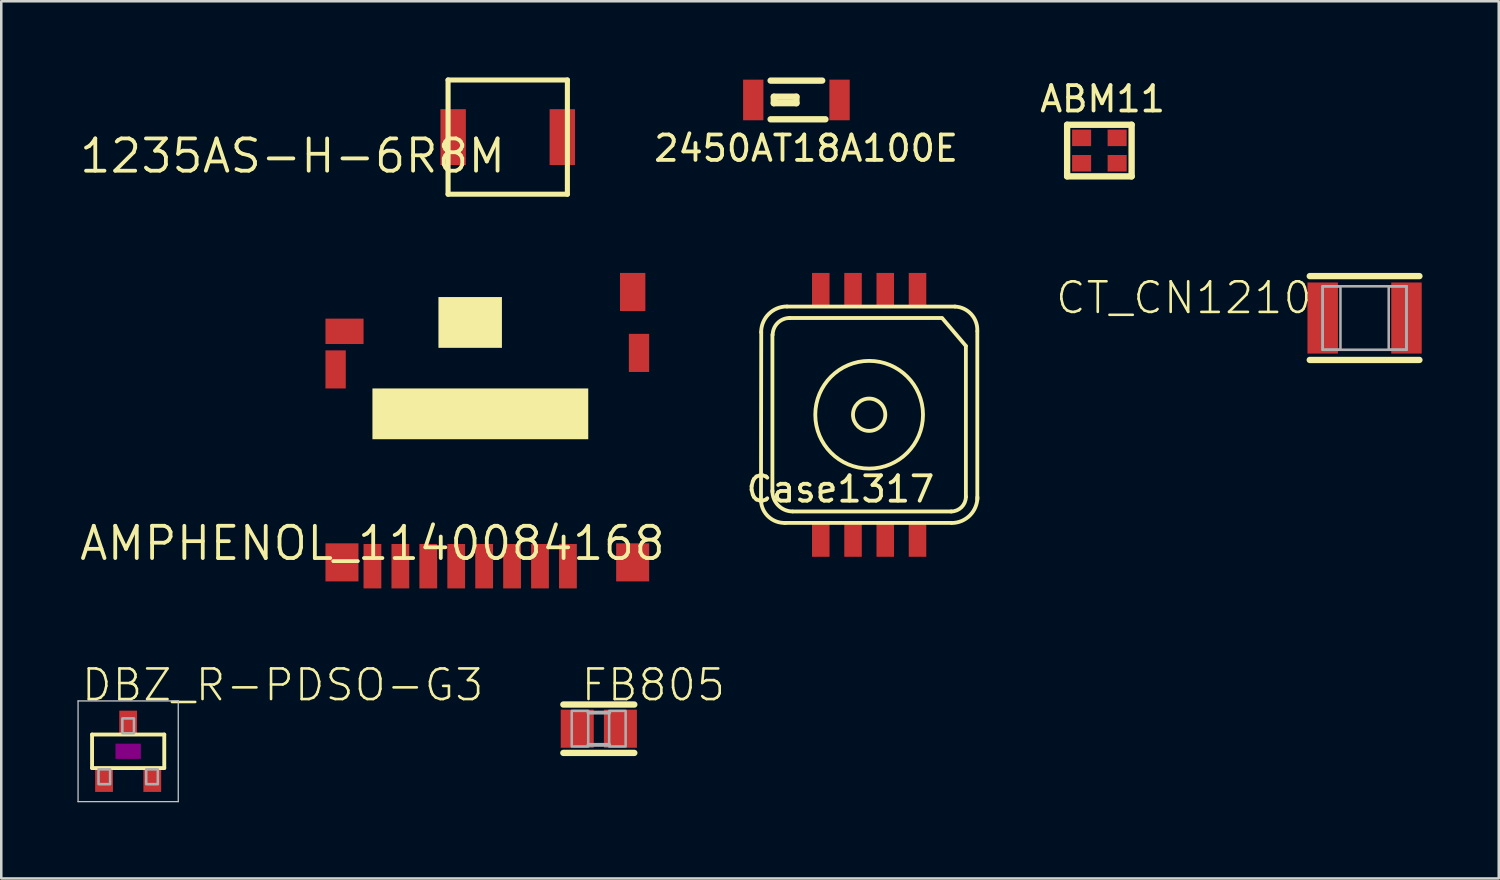
<source format=kicad_pcb>
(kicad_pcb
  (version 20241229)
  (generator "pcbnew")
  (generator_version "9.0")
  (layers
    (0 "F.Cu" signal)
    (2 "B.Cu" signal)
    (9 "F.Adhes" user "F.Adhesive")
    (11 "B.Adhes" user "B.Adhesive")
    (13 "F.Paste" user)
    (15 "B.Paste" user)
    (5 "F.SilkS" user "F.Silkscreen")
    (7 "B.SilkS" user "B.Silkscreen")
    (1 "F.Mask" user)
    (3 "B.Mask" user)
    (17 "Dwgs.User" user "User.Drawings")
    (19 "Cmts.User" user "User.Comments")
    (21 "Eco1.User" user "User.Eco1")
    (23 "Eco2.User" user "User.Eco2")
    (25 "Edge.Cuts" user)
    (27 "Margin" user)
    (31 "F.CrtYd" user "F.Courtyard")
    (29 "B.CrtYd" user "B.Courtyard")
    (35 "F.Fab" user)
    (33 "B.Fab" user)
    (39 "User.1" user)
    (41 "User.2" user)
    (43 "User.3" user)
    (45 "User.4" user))
  (footprint "1235AS-H-6R8M"
    (layer "F.Cu")
    (at 16.948 2.35)
    (property "Reference" "1235AS-H-6R8M" (at 0 0 0) (layer "F.SilkS") (effects (font (size 1.27 1.27) (thickness 0.15)) (justify right top)))
    (attr through_hole)
    (fp_line (start -2.35 -2.25) (end -2.35 2.25) (stroke (width 0.2) (type solid)) (layer "F.SilkS"))
    (fp_line (start -2.35 2.25) (end 2.35 2.25) (stroke (width 0.2) (type solid)) (layer "F.SilkS"))
    (fp_line (start 2.35 -2.25) (end -2.35 -2.25) (stroke (width 0.2) (type solid)) (layer "F.SilkS"))
    (fp_line (start 2.35 2.25) (end 2.35 -2.25) (stroke (width 0.2) (type solid)) (layer "F.SilkS"))
    (pad "1" smd rect (at -2.15 0 90) (size 2.2 1) (layers "F.Cu" "F.Mask" "F.Paste"))
    (pad "2" smd rect (at 2.15 0 90) (size 2.2 1) (layers "F.Cu" "F.Mask" "F.Paste")))
  (footprint "AMPHENOL_1140084168"
    (layer "F.Cu")
    (at 11.619 18.35)
    (property "Reference" "AMPHENOL_1140084168" (at 0 0 0) (layer "F.SilkS") (effects (font (size 1.27 1.27) (thickness 0.15))))
    (attr through_hole)
    (fp_poly (pts (xy 0 -4.1) (xy 8.5 -4.1) (xy 8.5 -6.1) (xy 0 -6.1)) (stroke (width 0) (type solid)) (fill yes) (layer "F.SilkS"))
    (fp_poly (pts (xy 2.6 -7.7) (xy 5.1 -7.7) (xy 5.1 -9.7) (xy 2.6 -9.7)) (stroke (width 0) (type solid)) (fill yes) (layer "F.SilkS"))
    (pad "1" smd rect (at 7.7 0.9 90) (size 1.75 0.7) (layers "F.Cu" "F.Mask" "F.Paste"))
    (pad "2" smd rect (at 6.6 0.9 90) (size 1.75 0.7) (layers "F.Cu" "F.Mask" "F.Paste"))
    (pad "3" smd rect (at 5.5 0.9 90) (size 1.75 0.7) (layers "F.Cu" "F.Mask" "F.Paste"))
    (pad "4" smd rect (at 4.4 0.9 90) (size 1.75 0.7) (layers "F.Cu" "F.Mask" "F.Paste"))
    (pad "5" smd rect (at 3.3 0.9 90) (size 1.75 0.7) (layers "F.Cu" "F.Mask" "F.Paste"))
    (pad "6" smd rect (at 2.2 0.9 90) (size 1.75 0.7) (layers "F.Cu" "F.Mask" "F.Paste"))
    (pad "7" smd rect (at 1.1 0.9 90) (size 1.75 0.7) (layers "F.Cu" "F.Mask" "F.Paste"))
    (pad "8" smd rect (at 0 0.9 90) (size 1.75 0.7) (layers "F.Cu" "F.Mask" "F.Paste"))
    (pad "9" smd rect (at -1.2 0.75 90) (size 1.5 1.3) (layers "F.Cu" "F.Mask" "F.Paste"))
    (pad "10" smd rect (at -1.45 -6.85 90) (size 1.5 0.8) (layers "F.Cu" "F.Mask" "F.Paste"))
    (pad "11" smd rect (at -1.1 -8.35 180) (size 1.5 1) (layers "F.Cu" "F.Mask" "F.Paste"))
    (pad "12" smd rect (at 10.25 -9.9 90) (size 1.5 1) (layers "F.Cu" "F.Mask" "F.Paste"))
    (pad "13" smd rect (at 10.5 -7.5 90) (size 1.5 0.8) (layers "F.Cu" "F.Mask" "F.Paste"))
    (pad "14" smd rect (at 10.25 0.75 90) (size 1.5 1.3) (layers "F.Cu" "F.Mask" "F.Paste")))
  (footprint "2450AT18A100E"
    (layer "F.Cu")
    (at 28.318 0.887)
    (property "Reference" "2450AT18A100E" (at 0.381 1.905 0) (layer "F.SilkS") (effects (font (size 1 1) (thickness 0.15))))
    (attr through_hole)
    (fp_line (start -1.016 -0.762) (end 1.016 -0.762) (stroke (width 0.25) (type solid)) (layer "F.SilkS"))
    (fp_line (start -1.016 0.762) (end 1.143 0.762) (stroke (width 0.25) (type solid)) (layer "F.SilkS"))
    (fp_line (start -0.889 0.127) (end -0.889 -0.127) (stroke (width 0.25) (type solid)) (layer "F.SilkS"))
    (fp_line (start -0.889 0.127) (end 0 0.127) (stroke (width 0.25) (type solid)) (layer "F.SilkS"))
    (fp_line (start 0 -0.127) (end -0.889 -0.127) (stroke (width 0.25) (type solid)) (layer "F.SilkS"))
    (fp_line (start 0 0.127) (end 0 -0.127) (stroke (width 0.25) (type solid)) (layer "F.SilkS"))
    (pad "1" smd rect (at -1.7 0) (size 0.8 1.6) (layers "F.Cu" "F.Mask" "F.Paste"))
    (pad "2" smd rect (at 1.7 0) (size 0.8 1.6) (layers "F.Cu" "F.Mask" "F.Paste")))
  (footprint "Case1317"
    (layer "F.Cu")
    (at 31.183 13.285)
    (property "Reference" "Case1317" (at -1.13 2.93 0) (layer "F.SilkS") (effects (font (size 1 1) (thickness 0.15))))
    (attr through_hole)
    (fp_line (start -4.26 3.35) (end -4.25 -3.26) (stroke (width 0.15) (type solid)) (layer "F.SilkS"))
    (fp_line (start -3.81 -3.15) (end -3.81 3.03) (stroke (width 0.15) (type solid)) (layer "F.SilkS"))
    (fp_line (start -3.23 -4.26) (end 3.38 -4.26) (stroke (width 0.15) (type solid)) (layer "F.SilkS"))
    (fp_line (start -3.14 -3.81) (end 2.87 -3.81) (stroke (width 0.15) (type solid)) (layer "F.SilkS"))
    (fp_line (start -3.01 3.81) (end 3.24 3.81) (stroke (width 0.15) (type solid)) (layer "F.SilkS"))
    (fp_line (start 2.89 -3.79) (end 3.81 -2.71) (stroke (width 0.15) (type solid)) (layer "F.SilkS"))
    (fp_line (start 3.23 4.26) (end -3.32 4.26) (stroke (width 0.15) (type solid)) (layer "F.SilkS"))
    (fp_line (start 3.81 -2.7) (end 3.81 3.23) (stroke (width 0.15) (type solid)) (layer "F.SilkS"))
    (fp_line (start 4.26 -3.28) (end 4.26 3.34) (stroke (width 0.15) (type solid)) (layer "F.SilkS"))
    (fp_arc (start -4.254 -3.248) (mid -3.95642 -3.96642) (end -3.238 -4.264) (stroke (width 0.15) (type solid)) (layer "F.SilkS"))
    (fp_arc (start -3.8 -3.15) (mid -3.59669 -3.620833) (end -3.12 -3.81) (stroke (width 0.15) (type solid)) (layer "F.SilkS"))
    (fp_arc (start -3.3 4.26) (mid -3.962254 4.018823) (end -4.26 3.38) (stroke (width 0.15) (type solid)) (layer "F.SilkS"))
    (fp_arc (start -3.03 3.81) (mid -3.589828 3.561543) (end -3.81 2.99) (stroke (width 0.15) (type solid)) (layer "F.SilkS"))
    (fp_arc (start 3.38 -4.26) (mid 4.018823 -3.962254) (end 4.26 -3.3) (stroke (width 0.15) (type solid)) (layer "F.SilkS"))
    (fp_arc (start 3.81 3.23) (mid 3.640122 3.640122) (end 3.23 3.81) (stroke (width 0.15) (type solid)) (layer "F.SilkS"))
    (fp_arc (start 4.264 3.248) (mid 3.96642 3.96642) (end 3.248 4.264) (stroke (width 0.15) (type solid)) (layer "F.SilkS"))
    (fp_circle (center 0 0) (end 0.45 -0.45) (stroke (width 0.15) (type solid)) (fill no) (layer "F.SilkS"))
    (fp_circle (center 0 0) (end 1.5 -1.5) (stroke (width 0.15) (type solid)) (fill no) (layer "F.SilkS"))
    (pad "1" smd rect (at 1.905 -4.91) (size 0.69 1.35) (layers "F.Cu" "F.Mask" "F.Paste"))
    (pad "2" smd rect (at 0.635 -4.91) (size 0.69 1.35) (layers "F.Cu" "F.Mask" "F.Paste"))
    (pad "3" smd rect (at -0.635 -4.91) (size 0.69 1.35) (layers "F.Cu" "F.Mask" "F.Paste"))
    (pad "4" smd rect (at -1.905 -4.91) (size 0.69 1.35) (layers "F.Cu" "F.Mask" "F.Paste"))
    (pad "5" smd rect (at -1.905 4.92) (size 0.69 1.35) (layers "F.Cu" "F.Mask" "F.Paste"))
    (pad "6" smd rect (at -0.635 4.92) (size 0.69 1.35) (layers "F.Cu" "F.Mask" "F.Paste"))
    (pad "7" smd rect (at 0.635 4.92) (size 0.69 1.35) (layers "F.Cu" "F.Mask" "F.Paste"))
    (pad "8" smd rect (at 1.905 4.92) (size 0.69 1.35) (layers "F.Cu" "F.Mask" "F.Paste")))
  (footprint "ABM11"
    (layer "F.Cu")
    (at 40.251 2.88)
    (property "Reference" "ABM11" (at 0.127 -2.032 0) (layer "F.SilkS") (effects (font (size 1 1) (thickness 0.15))))
    (attr through_hole)
    (fp_line (start -1.27 -1.016) (end 1.27 -1.016) (stroke (width 0.25) (type solid)) (layer "F.SilkS"))
    (fp_line (start -1.27 1.016) (end -1.27 -1.016) (stroke (width 0.25) (type solid)) (layer "F.SilkS"))
    (fp_line (start 1.27 -1.016) (end 1.27 1.016) (stroke (width 0.25) (type solid)) (layer "F.SilkS"))
    (fp_line (start 1.27 1.016) (end -1.27 1.016) (stroke (width 0.25) (type solid)) (layer "F.SilkS"))
    (pad "1" smd rect (at -0.7 0.5) (size 0.75 0.65) (layers "F.Cu" "F.Mask" "F.Paste"))
    (pad "2" smd rect (at 0.7 0.5) (size 0.75 0.65) (layers "F.Cu" "F.Mask" "F.Paste"))
    (pad "3" smd rect (at 0.7 -0.5) (size 0.75 0.65) (layers "F.Cu" "F.Mask" "F.Paste"))
    (pad "4" smd rect (at -0.7 -0.5) (size 0.75 0.65) (layers "F.Cu" "F.Mask" "F.Paste")))
  (footprint "CT_CN1210"
    (layer "F.Cu")
    (at 50.697 9.476)
    (property "Reference" "CT_CN1210" (at -2 -1.5 0) (layer "F.SilkS") (effects (font (size 1.206 1.206) (thickness 0.102)) (justify right top)))
    (attr through_hole)
    (fp_line (start -2.159 -1.651) (end 2.159 -1.651) (stroke (width 0.25) (type solid)) (layer "F.SilkS"))
    (fp_line (start -2.159 1.651) (end 2.159 1.651) (stroke (width 0.25) (type solid)) (layer "F.SilkS"))
    (fp_line (start -1.65 -1.25) (end 1.65 -1.25) (stroke (width 0.102) (type solid)) (layer "F.Fab"))
    (fp_line (start -1.65 1.25) (end -1.65 -1.25) (stroke (width 0.102) (type solid)) (layer "F.Fab"))
    (fp_line (start 1.65 -1.25) (end 1.65 1.25) (stroke (width 0.102) (type solid)) (layer "F.Fab"))
    (fp_line (start 1.65 1.25) (end -1.65 1.25) (stroke (width 0.102) (type solid)) (layer "F.Fab"))
    (fp_poly (pts (xy -1.65 1.25) (xy -0.95 1.25) (xy -0.95 -1.25) (xy -1.65 -1.25)) (stroke (width 0.1) (type solid)) (fill no) (layer "F.Fab"))
    (fp_poly (pts (xy 1.65 -1.25) (xy 0.95 -1.25) (xy 0.95 1.25) (xy 1.65 1.25)) (stroke (width 0.1) (type solid)) (fill no) (layer "F.Fab"))
    (pad "1" smd rect (at -1.65 0) (size 1.2 2.8) (layers "F.Cu" "F.Mask" "F.Paste"))
    (pad "2" smd rect (at 1.65 0) (size 1.2 2.8) (layers "F.Cu" "F.Mask" "F.Paste")))
  (footprint "DBZ_R-PDSO-G3"
    (layer "F.Cu")
    (at 1.998 26.541)
    (property "Reference" "DBZ_R-PDSO-G3" (at -1.905 -1.905 0) (layer "F.SilkS") (effects (font (size 1.206 1.206) (thickness 0.102)) (justify left bottom)))
    (attr through_hole)
    (fp_line (start -1.422 -0.66) (end 1.422 -0.66) (stroke (width 0.152) (type solid)) (layer "F.SilkS"))
    (fp_line (start -1.422 0.66) (end -1.422 -0.66) (stroke (width 0.152) (type solid)) (layer "F.SilkS"))
    (fp_line (start 1.422 -0.66) (end 1.422 0.66) (stroke (width 0.152) (type solid)) (layer "F.SilkS"))
    (fp_line (start 1.422 0.66) (end -1.422 0.66) (stroke (width 0.152) (type solid)) (layer "F.SilkS"))
    (fp_poly (pts (xy -0.5 0.3) (xy 0.5 0.3) (xy 0.5 -0.3) (xy -0.5 -0.3)) (stroke (width 0) (type solid)) (fill yes) (layer "F.Adhes"))
    (fp_line (start -1.973 -1.983) (end 1.973 -1.983) (stroke (width 0.051) (type solid)) (layer "Dwgs.User"))
    (fp_line (start -1.973 1.983) (end -1.973 -1.983) (stroke (width 0.051) (type solid)) (layer "Dwgs.User"))
    (fp_line (start 1.973 -1.983) (end 1.973 1.983) (stroke (width 0.051) (type solid)) (layer "Dwgs.User"))
    (fp_line (start 1.973 1.983) (end -1.973 1.983) (stroke (width 0.051) (type solid)) (layer "Dwgs.User"))
    (fp_poly (pts (xy -1.168 1.295) (xy -0.711 1.295) (xy -0.711 0.711) (xy -1.168 0.711)) (stroke (width 0.1) (type solid)) (fill no) (layer "F.Fab"))
    (fp_poly (pts (xy -0.229 -0.711) (xy 0.229 -0.711) (xy 0.229 -1.295) (xy -0.229 -1.295)) (stroke (width 0.1) (type solid)) (fill no) (layer "F.Fab"))
    (fp_poly (pts (xy 0.711 1.295) (xy 1.168 1.295) (xy 1.168 0.711) (xy 0.711 0.711)) (stroke (width 0.1) (type solid)) (fill no) (layer "F.Fab"))
    (pad "1" smd rect (at -0.95 1.1) (size 0.7 1) (layers "F.Cu" "F.Mask" "F.Paste"))
    (pad "2" smd rect (at 0.95 1.1) (size 0.7 1) (layers "F.Cu" "F.Mask" "F.Paste"))
    (pad "3" smd rect (at 0 -1.1) (size 0.7 1) (layers "F.Cu" "F.Mask" "F.Paste")))
  (footprint "FB805"
    (layer "F.Cu")
    (at 20.536 25.652)
    (property "Reference" "FB805" (at -0.762 -1.016 0) (layer "F.SilkS") (effects (font (size 1.206 1.206) (thickness 0.102)) (justify left bottom)))
    (attr through_hole)
    (fp_line (start -1.397 -0.953) (end 1.397 -0.953) (stroke (width 0.25) (type solid)) (layer "F.SilkS"))
    (fp_line (start -1.397 0.953) (end 1.397 0.953) (stroke (width 0.25) (type solid)) (layer "F.SilkS"))
    (fp_line (start -0.41 -0.635) (end 0.41 -0.635) (stroke (width 0.152) (type solid)) (layer "F.Fab"))
    (fp_line (start -0.41 0.635) (end 0.41 0.635) (stroke (width 0.152) (type solid)) (layer "F.Fab"))
    (fp_poly (pts (xy -1.067 0.699) (xy -0.417 0.699) (xy -0.417 -0.702) (xy -1.067 -0.702)) (stroke (width 0.1) (type solid)) (fill no) (layer "F.Fab"))
    (fp_poly (pts (xy 0.406 0.699) (xy 1.056 0.699) (xy 1.056 -0.702) (xy 0.406 -0.702)) (stroke (width 0.1) (type solid)) (fill no) (layer "F.Fab"))
    (pad "1" smd rect (at -0.85 0) (size 1.3 1.5) (layers "F.Cu" "F.Mask" "F.Paste"))
    (pad "2" smd rect (at 0.85 0) (size 1.3 1.5) (layers "F.Cu" "F.Mask" "F.Paste")))
  (gr_rect
    (start -3 -3)
    (end 55.981 31.55)
    (stroke (width 0.1) (type default))
    (fill no)
    (layer "Edge.Cuts")))
</source>
